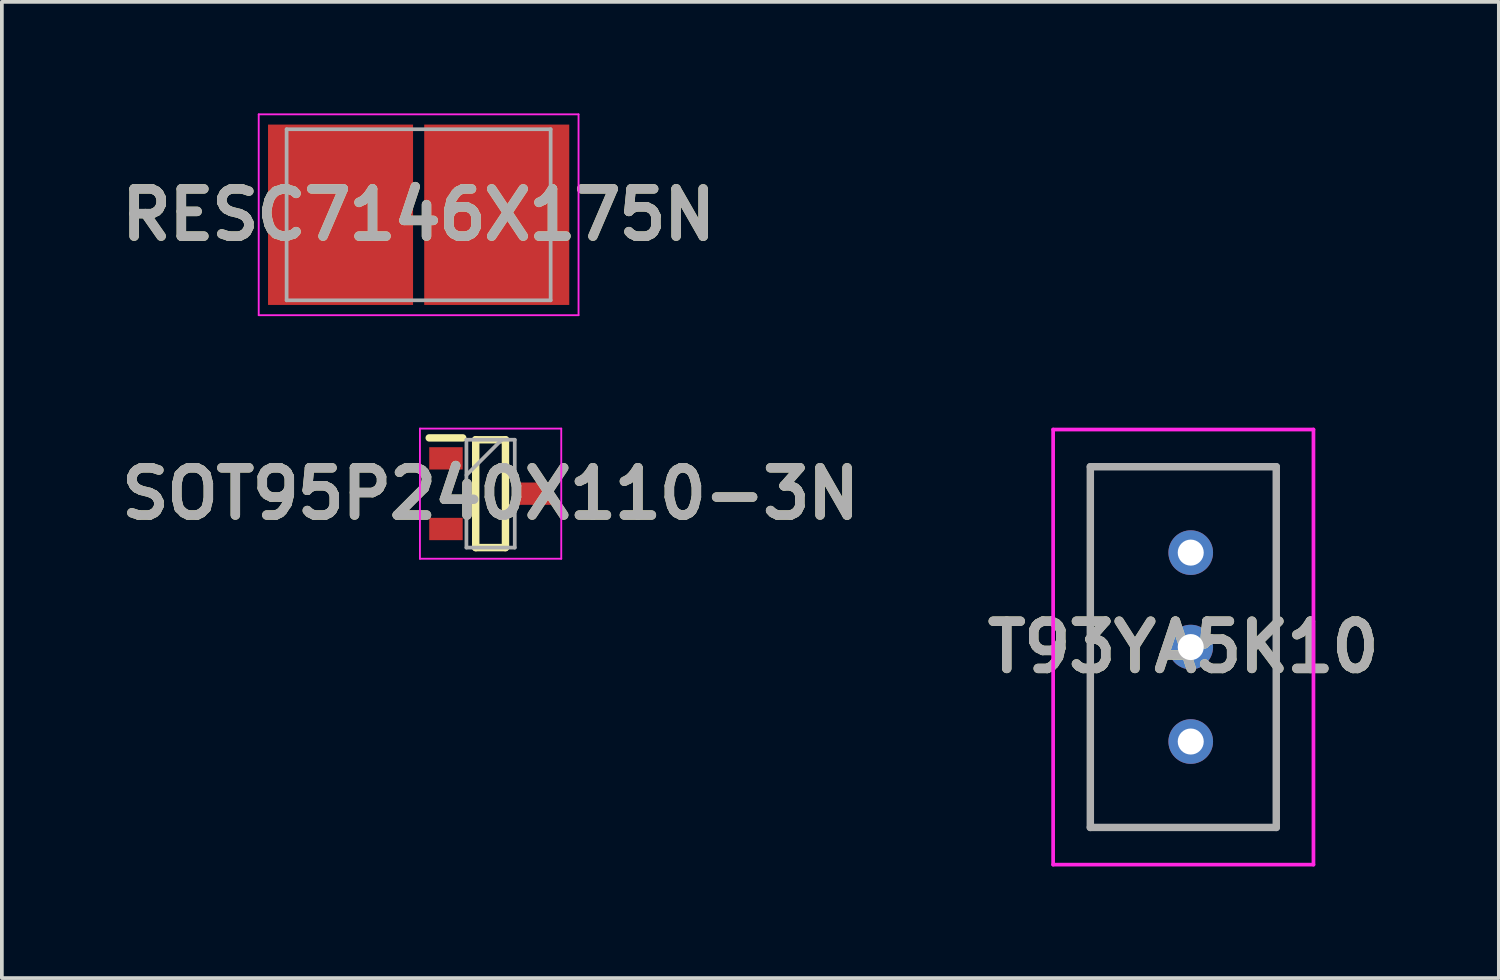
<source format=kicad_pcb>
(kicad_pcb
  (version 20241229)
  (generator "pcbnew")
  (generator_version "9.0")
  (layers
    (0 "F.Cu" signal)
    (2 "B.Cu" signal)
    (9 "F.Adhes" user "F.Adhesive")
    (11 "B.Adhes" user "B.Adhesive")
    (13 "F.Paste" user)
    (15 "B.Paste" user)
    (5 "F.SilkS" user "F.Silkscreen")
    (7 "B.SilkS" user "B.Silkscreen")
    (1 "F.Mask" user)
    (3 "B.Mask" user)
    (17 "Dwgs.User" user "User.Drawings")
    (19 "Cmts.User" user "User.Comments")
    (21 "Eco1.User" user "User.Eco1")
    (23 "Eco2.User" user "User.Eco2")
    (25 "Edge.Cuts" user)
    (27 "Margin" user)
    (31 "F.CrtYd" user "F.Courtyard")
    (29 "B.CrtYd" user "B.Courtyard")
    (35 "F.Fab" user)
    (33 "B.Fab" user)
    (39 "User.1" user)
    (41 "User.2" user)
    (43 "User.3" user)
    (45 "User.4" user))
  (footprint "SOT95P240X110-3N"
    (layer "F.Cu")
    (at 10.142 10.225)
    (property "Reference" "SOT95P240X110-3N" (at 0 0 0) (layer "F.SilkS") (effects (font (size 1.27 1.27) (thickness 0.254))))
    (attr smd)
    (fp_line (start -1.65 -1.5) (end -0.75 -1.5) (stroke (width 0.2) (type solid)) (layer "F.SilkS"))
    (fp_line (start -0.4 -1.45) (end 0.4 -1.45) (stroke (width 0.2) (type solid)) (layer "F.SilkS"))
    (fp_line (start -0.4 1.45) (end -0.4 -1.45) (stroke (width 0.2) (type solid)) (layer "F.SilkS"))
    (fp_line (start 0.4 -1.45) (end 0.4 1.45) (stroke (width 0.2) (type solid)) (layer "F.SilkS"))
    (fp_line (start 0.4 1.45) (end -0.4 1.45) (stroke (width 0.2) (type solid)) (layer "F.SilkS"))
    (fp_line (start -1.9 -1.75) (end 1.9 -1.75) (stroke (width 0.05) (type solid)) (layer "F.CrtYd"))
    (fp_line (start -1.9 1.75) (end -1.9 -1.75) (stroke (width 0.05) (type solid)) (layer "F.CrtYd"))
    (fp_line (start 1.9 -1.75) (end 1.9 1.75) (stroke (width 0.05) (type solid)) (layer "F.CrtYd"))
    (fp_line (start 1.9 1.75) (end -1.9 1.75) (stroke (width 0.05) (type solid)) (layer "F.CrtYd"))
    (fp_line (start -0.65 -1.45) (end 0.65 -1.45) (stroke (width 0.1) (type solid)) (layer "F.Fab"))
    (fp_line (start -0.65 -0.5) (end 0.3 -1.45) (stroke (width 0.1) (type solid)) (layer "F.Fab"))
    (fp_line (start -0.65 1.45) (end -0.65 -1.45) (stroke (width 0.1) (type solid)) (layer "F.Fab"))
    (fp_line (start 0.65 -1.45) (end 0.65 1.45) (stroke (width 0.1) (type solid)) (layer "F.Fab"))
    (fp_line (start 0.65 1.45) (end -0.65 1.45) (stroke (width 0.1) (type solid)) (layer "F.Fab"))
    (fp_text user "${REFERENCE}" (at 0 0 0) (layer "F.Fab") (effects (font (size 1.27 1.27) (thickness 0.254))))
    (pad "1" smd rect (at -1.2 -0.95 90) (size 0.6 0.9) (layers "F.Cu" "F.Mask" "F.Paste"))
    (pad "2" smd rect (at -1.2 0.95 90) (size 0.6 0.9) (layers "F.Cu" "F.Mask" "F.Paste"))
    (pad "3" smd rect (at 1.2 0 90) (size 0.6 0.9) (layers "F.Cu" "F.Mask" "F.Paste")))
  (footprint "RESC7146X175N"
    (layer "F.Cu")
    (at 8.207 2.725)
    (property "Reference" "RESC7146X175N" (at 0 0 0) (layer "F.SilkS") (effects (font (size 1.27 1.27) (thickness 0.254))))
    (attr smd)
    (fp_line (start -4.3 -2.7) (end 4.3 -2.7) (stroke (width 0.05) (type solid)) (layer "F.CrtYd"))
    (fp_line (start -4.3 2.7) (end -4.3 -2.7) (stroke (width 0.05) (type solid)) (layer "F.CrtYd"))
    (fp_line (start 4.3 -2.7) (end 4.3 2.7) (stroke (width 0.05) (type solid)) (layer "F.CrtYd"))
    (fp_line (start 4.3 2.7) (end -4.3 2.7) (stroke (width 0.05) (type solid)) (layer "F.CrtYd"))
    (fp_line (start -3.55 -2.3) (end 3.55 -2.3) (stroke (width 0.1) (type solid)) (layer "F.Fab"))
    (fp_line (start -3.55 2.3) (end -3.55 -2.3) (stroke (width 0.1) (type solid)) (layer "F.Fab"))
    (fp_line (start 3.55 -2.3) (end 3.55 2.3) (stroke (width 0.1) (type solid)) (layer "F.Fab"))
    (fp_line (start 3.55 2.3) (end -3.55 2.3) (stroke (width 0.1) (type solid)) (layer "F.Fab"))
    (fp_text user "${REFERENCE}" (at 0 0 0) (layer "F.Fab") (effects (font (size 1.27 1.27) (thickness 0.254))))
    (pad "1" smd rect (at -2.1 0) (size 3.9 4.85) (layers "F.Cu" "F.Mask" "F.Paste"))
    (pad "2" smd rect (at 2.1 0) (size 3.9 4.85) (layers "F.Cu" "F.Mask" "F.Paste")))
  (footprint "T93YA5K10"
    (layer "F.Cu")
    (at 28.769 14.35)
    (property "Reference" "T93YA5K10" (at 0 0 0) (layer "F.SilkS") (effects (font (size 1.27 1.27) (thickness 0.254))))
    (attr through_hole)
    (fp_line (start -2.5 -4.85) (end 2.5 -4.85) (stroke (width 0.1) (type solid)) (layer "F.SilkS"))
    (fp_line (start -2.5 4.85) (end -2.5 -4.85) (stroke (width 0.1) (type solid)) (layer "F.SilkS"))
    (fp_line (start 2.5 -4.85) (end 2.5 4.85) (stroke (width 0.1) (type solid)) (layer "F.SilkS"))
    (fp_line (start 2.5 4.85) (end -2.5 4.85) (stroke (width 0.1) (type solid)) (layer "F.SilkS"))
    (fp_line (start -3.5 -5.85) (end 3.5 -5.85) (stroke (width 0.1) (type solid)) (layer "F.CrtYd"))
    (fp_line (start -3.5 5.85) (end -3.5 -5.85) (stroke (width 0.1) (type solid)) (layer "F.CrtYd"))
    (fp_line (start 3.5 -5.85) (end 3.5 5.85) (stroke (width 0.1) (type solid)) (layer "F.CrtYd"))
    (fp_line (start 3.5 5.85) (end -3.5 5.85) (stroke (width 0.1) (type solid)) (layer "F.CrtYd"))
    (fp_line (start -2.5 -4.85) (end 2.5 -4.85) (stroke (width 0.2) (type solid)) (layer "F.Fab"))
    (fp_line (start -2.5 4.85) (end -2.5 -4.85) (stroke (width 0.2) (type solid)) (layer "F.Fab"))
    (fp_line (start 2.5 -4.85) (end 2.5 4.85) (stroke (width 0.2) (type solid)) (layer "F.Fab"))
    (fp_line (start 2.5 4.85) (end -2.5 4.85) (stroke (width 0.2) (type solid)) (layer "F.Fab"))
    (fp_text user "${REFERENCE}" (at 0 0 0) (layer "F.Fab") (effects (font (size 1.27 1.27) (thickness 0.254))))
    (pad "1" thru_hole circle (at 0.2 2.54) (size 1.2 1.2) (drill 0.7) (layers "*.Cu" "*.Mask"))
    (pad "2" thru_hole circle (at 0.2 0) (size 1.2 1.2) (drill 0.7) (layers "*.Cu" "*.Mask"))
    (pad "3" thru_hole circle (at 0.2 -2.54) (size 1.2 1.2) (drill 0.7) (layers "*.Cu" "*.Mask")))
  (gr_rect
    (start -3 -3)
    (end 37.254 23.25)
    (stroke (width 0.1) (type default))
    (fill no)
    (layer "Edge.Cuts")))
</source>
